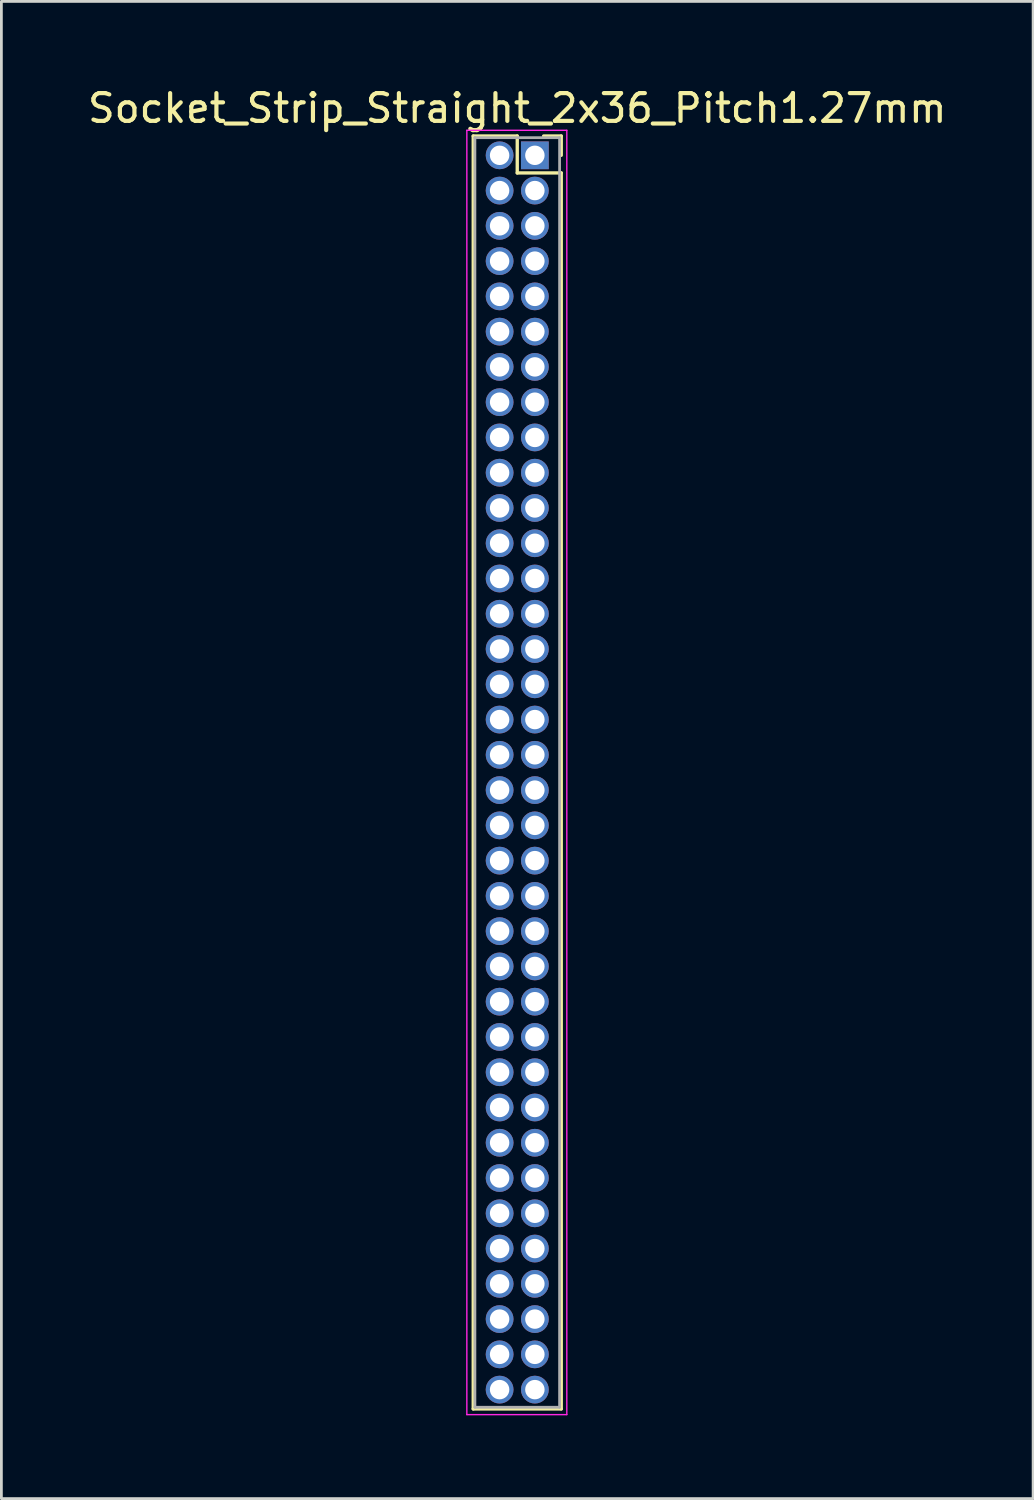
<source format=kicad_pcb>
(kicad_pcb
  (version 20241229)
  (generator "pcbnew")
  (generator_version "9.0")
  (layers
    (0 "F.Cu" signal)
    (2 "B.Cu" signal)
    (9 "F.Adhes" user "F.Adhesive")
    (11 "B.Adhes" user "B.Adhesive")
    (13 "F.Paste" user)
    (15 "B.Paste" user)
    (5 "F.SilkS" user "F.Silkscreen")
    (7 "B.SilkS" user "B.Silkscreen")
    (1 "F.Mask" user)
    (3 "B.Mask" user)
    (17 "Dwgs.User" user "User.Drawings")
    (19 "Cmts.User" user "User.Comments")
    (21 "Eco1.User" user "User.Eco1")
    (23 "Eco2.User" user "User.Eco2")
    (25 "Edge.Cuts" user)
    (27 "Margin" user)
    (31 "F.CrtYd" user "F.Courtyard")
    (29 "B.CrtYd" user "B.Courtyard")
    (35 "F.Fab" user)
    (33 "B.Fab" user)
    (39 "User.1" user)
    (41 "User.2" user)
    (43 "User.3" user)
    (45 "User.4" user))
  (footprint "Socket_Strip_Straight_2x36_Pitch1.27mm"
    (layer "F.Cu")
    (at 16.212 2.543)
    (property "Reference" "Socket_Strip_Straight_2x36_Pitch1.27mm" (at -0.635 -1.695 0) (layer "F.SilkS") (effects (font (size 1 1) (thickness 0.15))))
    (attr through_hole)
    (fp_line (start -2.22 -0.695) (end -0.635 -0.695) (stroke (width 0.12) (type solid)) (layer "F.SilkS"))
    (fp_line (start -2.22 45.145) (end -2.22 -0.695) (stroke (width 0.12) (type solid)) (layer "F.SilkS"))
    (fp_line (start -0.635 -0.695) (end -0.635 0.635) (stroke (width 0.12) (type solid)) (layer "F.SilkS"))
    (fp_line (start -0.635 0.635) (end 0.95 0.635) (stroke (width 0.12) (type solid)) (layer "F.SilkS"))
    (fp_line (start 0.95 -0.695) (end 0.315 -0.695) (stroke (width 0.12) (type solid)) (layer "F.SilkS"))
    (fp_line (start 0.95 0) (end 0.95 -0.695) (stroke (width 0.12) (type solid)) (layer "F.SilkS"))
    (fp_line (start 0.95 0.635) (end 0.95 45.145) (stroke (width 0.12) (type solid)) (layer "F.SilkS"))
    (fp_line (start 0.95 45.145) (end -2.22 45.145) (stroke (width 0.12) (type solid)) (layer "F.SilkS"))
    (fp_line (start -2.45 -0.9) (end -2.45 45.35) (stroke (width 0.05) (type solid)) (layer "F.CrtYd"))
    (fp_line (start -2.45 45.35) (end 1.15 45.35) (stroke (width 0.05) (type solid)) (layer "F.CrtYd"))
    (fp_line (start 1.15 -0.9) (end -2.45 -0.9) (stroke (width 0.05) (type solid)) (layer "F.CrtYd"))
    (fp_line (start 1.15 45.35) (end 1.15 -0.9) (stroke (width 0.05) (type solid)) (layer "F.CrtYd"))
    (fp_line (start -2.16 -0.635) (end -2.16 45.085) (stroke (width 0.1) (type solid)) (layer "F.Fab"))
    (fp_line (start -2.16 45.085) (end 0.89 45.085) (stroke (width 0.1) (type solid)) (layer "F.Fab"))
    (fp_line (start 0.89 -0.635) (end -2.16 -0.635) (stroke (width 0.1) (type solid)) (layer "F.Fab"))
    (fp_line (start 0.89 45.085) (end 0.89 -0.635) (stroke (width 0.1) (type solid)) (layer "F.Fab"))
    (pad "1" thru_hole rect (at 0 0) (size 1 1) (drill 0.7) (layers "*.Cu" "*.Mask"))
    (pad "2" thru_hole oval (at -1.27 0) (size 1 1) (drill 0.7) (layers "*.Cu" "*.Mask"))
    (pad "3" thru_hole oval (at 0 1.27) (size 1 1) (drill 0.7) (layers "*.Cu" "*.Mask"))
    (pad "4" thru_hole oval (at -1.27 1.27) (size 1 1) (drill 0.7) (layers "*.Cu" "*.Mask"))
    (pad "5" thru_hole oval (at 0 2.54) (size 1 1) (drill 0.7) (layers "*.Cu" "*.Mask"))
    (pad "6" thru_hole oval (at -1.27 2.54) (size 1 1) (drill 0.7) (layers "*.Cu" "*.Mask"))
    (pad "7" thru_hole oval (at 0 3.81) (size 1 1) (drill 0.7) (layers "*.Cu" "*.Mask"))
    (pad "8" thru_hole oval (at -1.27 3.81) (size 1 1) (drill 0.7) (layers "*.Cu" "*.Mask"))
    (pad "9" thru_hole oval (at 0 5.08) (size 1 1) (drill 0.7) (layers "*.Cu" "*.Mask"))
    (pad "10" thru_hole oval (at -1.27 5.08) (size 1 1) (drill 0.7) (layers "*.Cu" "*.Mask"))
    (pad "11" thru_hole oval (at 0 6.35) (size 1 1) (drill 0.7) (layers "*.Cu" "*.Mask"))
    (pad "12" thru_hole oval (at -1.27 6.35) (size 1 1) (drill 0.7) (layers "*.Cu" "*.Mask"))
    (pad "13" thru_hole oval (at 0 7.62) (size 1 1) (drill 0.7) (layers "*.Cu" "*.Mask"))
    (pad "14" thru_hole oval (at -1.27 7.62) (size 1 1) (drill 0.7) (layers "*.Cu" "*.Mask"))
    (pad "15" thru_hole oval (at 0 8.89) (size 1 1) (drill 0.7) (layers "*.Cu" "*.Mask"))
    (pad "16" thru_hole oval (at -1.27 8.89) (size 1 1) (drill 0.7) (layers "*.Cu" "*.Mask"))
    (pad "17" thru_hole oval (at 0 10.16) (size 1 1) (drill 0.7) (layers "*.Cu" "*.Mask"))
    (pad "18" thru_hole oval (at -1.27 10.16) (size 1 1) (drill 0.7) (layers "*.Cu" "*.Mask"))
    (pad "19" thru_hole oval (at 0 11.43) (size 1 1) (drill 0.7) (layers "*.Cu" "*.Mask"))
    (pad "20" thru_hole oval (at -1.27 11.43) (size 1 1) (drill 0.7) (layers "*.Cu" "*.Mask"))
    (pad "21" thru_hole oval (at 0 12.7) (size 1 1) (drill 0.7) (layers "*.Cu" "*.Mask"))
    (pad "22" thru_hole oval (at -1.27 12.7) (size 1 1) (drill 0.7) (layers "*.Cu" "*.Mask"))
    (pad "23" thru_hole oval (at 0 13.97) (size 1 1) (drill 0.7) (layers "*.Cu" "*.Mask"))
    (pad "24" thru_hole oval (at -1.27 13.97) (size 1 1) (drill 0.7) (layers "*.Cu" "*.Mask"))
    (pad "25" thru_hole oval (at 0 15.24) (size 1 1) (drill 0.7) (layers "*.Cu" "*.Mask"))
    (pad "26" thru_hole oval (at -1.27 15.24) (size 1 1) (drill 0.7) (layers "*.Cu" "*.Mask"))
    (pad "27" thru_hole oval (at 0 16.51) (size 1 1) (drill 0.7) (layers "*.Cu" "*.Mask"))
    (pad "28" thru_hole oval (at -1.27 16.51) (size 1 1) (drill 0.7) (layers "*.Cu" "*.Mask"))
    (pad "29" thru_hole oval (at 0 17.78) (size 1 1) (drill 0.7) (layers "*.Cu" "*.Mask"))
    (pad "30" thru_hole oval (at -1.27 17.78) (size 1 1) (drill 0.7) (layers "*.Cu" "*.Mask"))
    (pad "31" thru_hole oval (at 0 19.05) (size 1 1) (drill 0.7) (layers "*.Cu" "*.Mask"))
    (pad "32" thru_hole oval (at -1.27 19.05) (size 1 1) (drill 0.7) (layers "*.Cu" "*.Mask"))
    (pad "33" thru_hole oval (at 0 20.32) (size 1 1) (drill 0.7) (layers "*.Cu" "*.Mask"))
    (pad "34" thru_hole oval (at -1.27 20.32) (size 1 1) (drill 0.7) (layers "*.Cu" "*.Mask"))
    (pad "35" thru_hole oval (at 0 21.59) (size 1 1) (drill 0.7) (layers "*.Cu" "*.Mask"))
    (pad "36" thru_hole oval (at -1.27 21.59) (size 1 1) (drill 0.7) (layers "*.Cu" "*.Mask"))
    (pad "37" thru_hole oval (at 0 22.86) (size 1 1) (drill 0.7) (layers "*.Cu" "*.Mask"))
    (pad "38" thru_hole oval (at -1.27 22.86) (size 1 1) (drill 0.7) (layers "*.Cu" "*.Mask"))
    (pad "39" thru_hole oval (at 0 24.13) (size 1 1) (drill 0.7) (layers "*.Cu" "*.Mask"))
    (pad "40" thru_hole oval (at -1.27 24.13) (size 1 1) (drill 0.7) (layers "*.Cu" "*.Mask"))
    (pad "41" thru_hole oval (at 0 25.4) (size 1 1) (drill 0.7) (layers "*.Cu" "*.Mask"))
    (pad "42" thru_hole oval (at -1.27 25.4) (size 1 1) (drill 0.7) (layers "*.Cu" "*.Mask"))
    (pad "43" thru_hole oval (at 0 26.67) (size 1 1) (drill 0.7) (layers "*.Cu" "*.Mask"))
    (pad "44" thru_hole oval (at -1.27 26.67) (size 1 1) (drill 0.7) (layers "*.Cu" "*.Mask"))
    (pad "45" thru_hole oval (at 0 27.94) (size 1 1) (drill 0.7) (layers "*.Cu" "*.Mask"))
    (pad "46" thru_hole oval (at -1.27 27.94) (size 1 1) (drill 0.7) (layers "*.Cu" "*.Mask"))
    (pad "47" thru_hole oval (at 0 29.21) (size 1 1) (drill 0.7) (layers "*.Cu" "*.Mask"))
    (pad "48" thru_hole oval (at -1.27 29.21) (size 1 1) (drill 0.7) (layers "*.Cu" "*.Mask"))
    (pad "49" thru_hole oval (at 0 30.48) (size 1 1) (drill 0.7) (layers "*.Cu" "*.Mask"))
    (pad "50" thru_hole oval (at -1.27 30.48) (size 1 1) (drill 0.7) (layers "*.Cu" "*.Mask"))
    (pad "51" thru_hole oval (at 0 31.75) (size 1 1) (drill 0.7) (layers "*.Cu" "*.Mask"))
    (pad "52" thru_hole oval (at -1.27 31.75) (size 1 1) (drill 0.7) (layers "*.Cu" "*.Mask"))
    (pad "53" thru_hole oval (at 0 33.02) (size 1 1) (drill 0.7) (layers "*.Cu" "*.Mask"))
    (pad "54" thru_hole oval (at -1.27 33.02) (size 1 1) (drill 0.7) (layers "*.Cu" "*.Mask"))
    (pad "55" thru_hole oval (at 0 34.29) (size 1 1) (drill 0.7) (layers "*.Cu" "*.Mask"))
    (pad "56" thru_hole oval (at -1.27 34.29) (size 1 1) (drill 0.7) (layers "*.Cu" "*.Mask"))
    (pad "57" thru_hole oval (at 0 35.56) (size 1 1) (drill 0.7) (layers "*.Cu" "*.Mask"))
    (pad "58" thru_hole oval (at -1.27 35.56) (size 1 1) (drill 0.7) (layers "*.Cu" "*.Mask"))
    (pad "59" thru_hole oval (at 0 36.83) (size 1 1) (drill 0.7) (layers "*.Cu" "*.Mask"))
    (pad "60" thru_hole oval (at -1.27 36.83) (size 1 1) (drill 0.7) (layers "*.Cu" "*.Mask"))
    (pad "61" thru_hole oval (at 0 38.1) (size 1 1) (drill 0.7) (layers "*.Cu" "*.Mask"))
    (pad "62" thru_hole oval (at -1.27 38.1) (size 1 1) (drill 0.7) (layers "*.Cu" "*.Mask"))
    (pad "63" thru_hole oval (at 0 39.37) (size 1 1) (drill 0.7) (layers "*.Cu" "*.Mask"))
    (pad "64" thru_hole oval (at -1.27 39.37) (size 1 1) (drill 0.7) (layers "*.Cu" "*.Mask"))
    (pad "65" thru_hole oval (at 0 40.64) (size 1 1) (drill 0.7) (layers "*.Cu" "*.Mask"))
    (pad "66" thru_hole oval (at -1.27 40.64) (size 1 1) (drill 0.7) (layers "*.Cu" "*.Mask"))
    (pad "67" thru_hole oval (at 0 41.91) (size 1 1) (drill 0.7) (layers "*.Cu" "*.Mask"))
    (pad "68" thru_hole oval (at -1.27 41.91) (size 1 1) (drill 0.7) (layers "*.Cu" "*.Mask"))
    (pad "69" thru_hole oval (at 0 43.18) (size 1 1) (drill 0.7) (layers "*.Cu" "*.Mask"))
    (pad "70" thru_hole oval (at -1.27 43.18) (size 1 1) (drill 0.7) (layers "*.Cu" "*.Mask"))
    (pad "71" thru_hole oval (at 0 44.45) (size 1 1) (drill 0.7) (layers "*.Cu" "*.Mask"))
    (pad "72" thru_hole oval (at -1.27 44.45) (size 1 1) (drill 0.7) (layers "*.Cu" "*.Mask")))
  (gr_rect
    (start -3 -3)
    (end 34.155 50.918)
    (stroke (width 0.1) (type default))
    (fill no)
    (layer "Edge.Cuts")))
</source>
